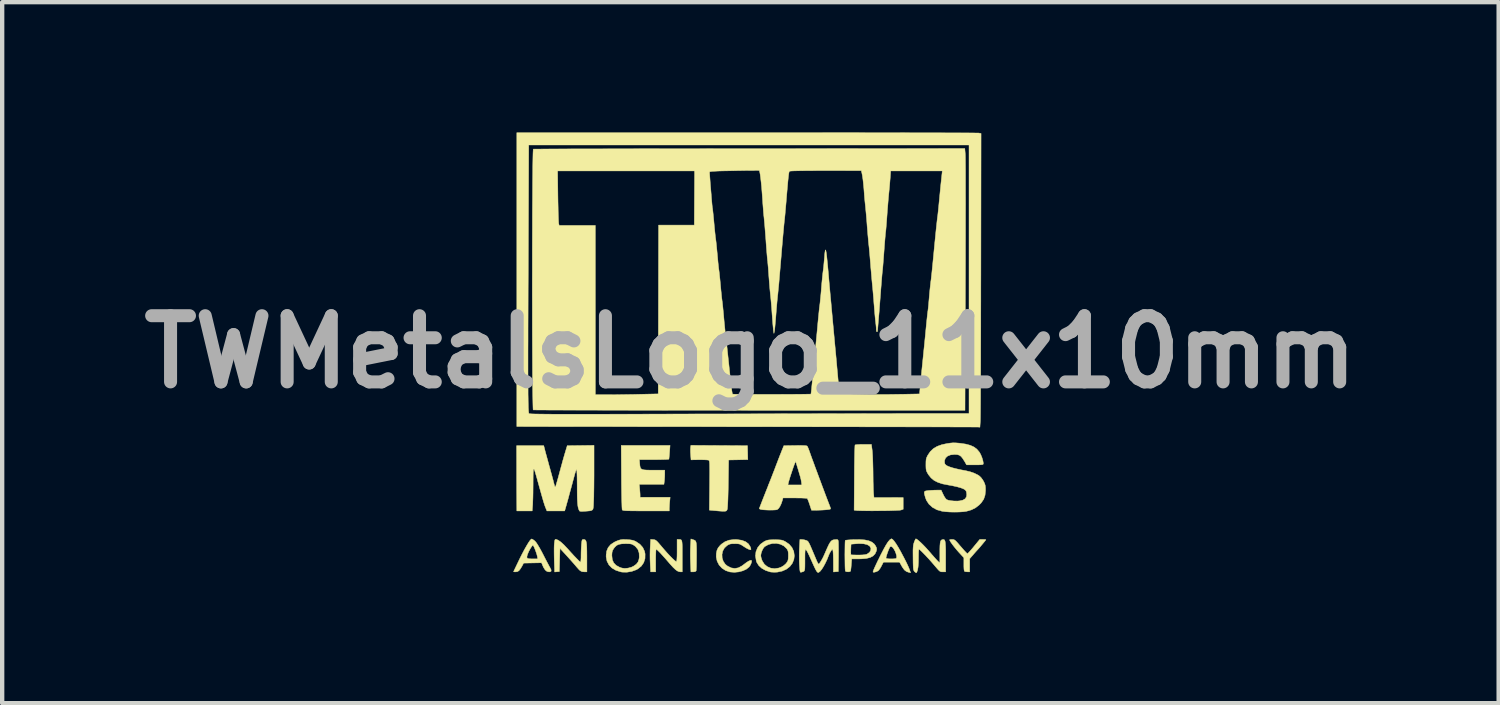
<source format=kicad_pcb>
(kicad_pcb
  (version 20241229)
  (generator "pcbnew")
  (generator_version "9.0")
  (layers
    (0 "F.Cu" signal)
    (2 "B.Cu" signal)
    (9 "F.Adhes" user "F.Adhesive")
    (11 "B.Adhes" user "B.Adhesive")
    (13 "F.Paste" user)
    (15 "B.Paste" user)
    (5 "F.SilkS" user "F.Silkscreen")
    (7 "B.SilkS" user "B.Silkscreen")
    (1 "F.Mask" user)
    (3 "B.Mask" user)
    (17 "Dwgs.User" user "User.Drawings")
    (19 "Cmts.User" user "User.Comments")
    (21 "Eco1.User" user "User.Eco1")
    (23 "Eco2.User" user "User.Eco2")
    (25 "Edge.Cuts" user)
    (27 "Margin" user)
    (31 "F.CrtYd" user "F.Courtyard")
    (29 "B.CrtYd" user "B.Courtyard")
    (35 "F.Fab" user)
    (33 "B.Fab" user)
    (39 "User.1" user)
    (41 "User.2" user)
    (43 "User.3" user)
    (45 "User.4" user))
  (footprint "TWMetalsLogo_11x10mm"
    (layer "F.Cu")
    (at 14.231 5.055)
    (property "Reference" "TWMetalsLogo_11x10mm" (at 0 0 0) (layer "F.Fab") (effects (font (size 1.524 1.524) (thickness 0.3))))
    (attr through_hole)
    (fp_poly (pts (xy -1.324 4.322) (xy -1.297 4.331) (xy -1.277 4.341) (xy -1.262 4.355) (xy -1.252 4.379) (xy -1.245 4.414) (xy -1.242 4.466) (xy -1.24 4.538) (xy -1.24 4.634) (xy -1.24 4.692) (xy -1.241 4.789) (xy -1.242 4.876) (xy -1.243 4.95) (xy -1.246 5.005) (xy -1.248 5.037) (xy -1.249 5.041) (xy -1.272 5.06) (xy -1.314 5.065) (xy -1.37 5.065) (xy -1.379 4.853) (xy -1.382 4.757) (xy -1.383 4.653) (xy -1.382 4.554) (xy -1.379 4.474) (xy -1.37 4.306) (xy -1.324 4.322)) (stroke (width 0.01) (type solid)) (fill yes) (layer "F.SilkS"))
    (fp_poly (pts (xy -0.719 2.155) (xy -0.067 2.159) (xy -0.063 2.319) (xy -0.059 2.479) (xy -0.28 2.484) (xy -0.501 2.488) (xy -0.509 3.033) (xy -0.511 3.161) (xy -0.514 3.281) (xy -0.517 3.389) (xy -0.521 3.48) (xy -0.525 3.552) (xy -0.529 3.602) (xy -0.532 3.623) (xy -0.543 3.648) (xy -0.56 3.663) (xy -0.589 3.669) (xy -0.636 3.669) (xy -0.687 3.666) (xy -0.74 3.662) (xy -0.806 3.656) (xy -0.85 3.652) (xy -0.945 3.643) (xy -0.939 3.076) (xy -0.938 2.929) (xy -0.937 2.809) (xy -0.937 2.713) (xy -0.938 2.639) (xy -0.939 2.583) (xy -0.942 2.544) (xy -0.945 2.518) (xy -0.95 2.503) (xy -0.955 2.495) (xy -0.956 2.494) (xy -0.979 2.489) (xy -1.026 2.485) (xy -1.09 2.483) (xy -1.165 2.482) (xy -1.173 2.482) (xy -1.367 2.485) (xy -1.376 2.367) (xy -1.38 2.303) (xy -1.38 2.245) (xy -1.378 2.203) (xy -1.378 2.2) (xy -1.371 2.151) (xy -0.719 2.155)) (stroke (width 0.01) (type solid)) (fill yes) (layer "F.SilkS"))
    (fp_poly (pts (xy 2.804 2.256) (xy 2.809 2.307) (xy 2.814 2.382) (xy 2.818 2.475) (xy 2.821 2.58) (xy 2.824 2.692) (xy 2.825 2.772) (xy 2.826 2.882) (xy 2.827 2.989) (xy 2.83 3.085) (xy 2.832 3.166) (xy 2.835 3.227) (xy 2.837 3.256) (xy 2.846 3.353) (xy 3.182 3.353) (xy 3.519 3.354) (xy 3.519 3.623) (xy 3.466 3.641) (xy 3.44 3.645) (xy 3.389 3.648) (xy 3.317 3.651) (xy 3.228 3.654) (xy 3.128 3.656) (xy 3.02 3.657) (xy 2.909 3.658) (xy 2.799 3.659) (xy 2.695 3.658) (xy 2.602 3.657) (xy 2.523 3.655) (xy 2.464 3.653) (xy 2.431 3.65) (xy 2.389 3.644) (xy 2.394 2.899) (xy 2.395 2.752) (xy 2.396 2.615) (xy 2.398 2.489) (xy 2.4 2.379) (xy 2.402 2.286) (xy 2.405 2.214) (xy 2.407 2.165) (xy 2.41 2.143) (xy 2.41 2.142) (xy 2.429 2.137) (xy 2.472 2.133) (xy 2.532 2.13) (xy 2.603 2.129) (xy 2.605 2.129) (xy 2.787 2.129) (xy 2.804 2.256)) (stroke (width 0.01) (type solid)) (fill yes) (layer "F.SilkS"))
    (fp_poly (pts (xy 4.67 4.319) (xy 4.691 4.325) (xy 4.713 4.338) (xy 4.74 4.363) (xy 4.777 4.403) (xy 4.827 4.462) (xy 4.844 4.481) (xy 4.895 4.54) (xy 4.939 4.589) (xy 4.974 4.625) (xy 4.994 4.643) (xy 4.998 4.645) (xy 5.012 4.634) (xy 5.042 4.604) (xy 5.082 4.559) (xy 5.13 4.503) (xy 5.147 4.482) (xy 5.282 4.318) (xy 5.353 4.318) (xy 5.394 4.319) (xy 5.42 4.323) (xy 5.424 4.325) (xy 5.415 4.338) (xy 5.391 4.368) (xy 5.358 4.408) (xy 5.321 4.452) (xy 5.285 4.496) (xy 5.253 4.532) (xy 5.233 4.554) (xy 5.23 4.557) (xy 5.217 4.571) (xy 5.189 4.602) (xy 5.152 4.644) (xy 5.136 4.663) (xy 5.05 4.762) (xy 5.05 5.065) (xy 5.002 5.064) (xy 4.962 5.061) (xy 4.934 5.055) (xy 4.934 5.055) (xy 4.925 5.04) (xy 4.919 5.003) (xy 4.916 4.94) (xy 4.916 4.893) (xy 4.916 4.739) (xy 4.801 4.614) (xy 4.75 4.556) (xy 4.7 4.495) (xy 4.655 4.437) (xy 4.618 4.385) (xy 4.594 4.346) (xy 4.587 4.326) (xy 4.6 4.321) (xy 4.633 4.318) (xy 4.646 4.318) (xy 4.67 4.319)) (stroke (width 0.01) (type solid)) (fill yes) (layer "F.SilkS"))
    (fp_poly (pts (xy -2.236 4.321) (xy -2.21 4.324) (xy -2.187 4.333) (xy -2.163 4.35) (xy -2.133 4.379) (xy -2.093 4.425) (xy -2.051 4.475) (xy -1.979 4.559) (xy -1.91 4.637) (xy -1.846 4.705) (xy -1.79 4.761) (xy -1.746 4.801) (xy -1.717 4.823) (xy -1.708 4.826) (xy -1.701 4.82) (xy -1.695 4.8) (xy -1.692 4.763) (xy -1.689 4.704) (xy -1.688 4.621) (xy -1.688 4.572) (xy -1.688 4.318) (xy -1.652 4.318) (xy -1.627 4.318) (xy -1.607 4.321) (xy -1.593 4.329) (xy -1.582 4.347) (xy -1.575 4.377) (xy -1.571 4.423) (xy -1.569 4.489) (xy -1.569 4.578) (xy -1.569 4.693) (xy -1.569 5.065) (xy -1.61 5.065) (xy -1.647 5.059) (xy -1.687 5.041) (xy -1.731 5.007) (xy -1.785 4.955) (xy -1.851 4.882) (xy -1.875 4.854) (xy -1.95 4.767) (xy -2.018 4.691) (xy -2.076 4.627) (xy -2.123 4.58) (xy -2.155 4.551) (xy -2.17 4.542) (xy -2.173 4.556) (xy -2.177 4.596) (xy -2.179 4.655) (xy -2.181 4.73) (xy -2.181 4.804) (xy -2.181 5.065) (xy -2.297 5.065) (xy -2.307 4.872) (xy -2.311 4.775) (xy -2.312 4.667) (xy -2.31 4.562) (xy -2.307 4.497) (xy -2.297 4.316) (xy -2.236 4.321)) (stroke (width 0.01) (type solid)) (fill yes) (layer "F.SilkS"))
    (fp_poly (pts (xy -4.475 4.315) (xy -4.427 4.335) (xy -4.365 4.378) (xy -4.293 4.444) (xy -4.222 4.519) (xy -4.138 4.612) (xy -4.064 4.693) (xy -4.002 4.757) (xy -3.955 4.805) (xy -3.924 4.833) (xy -3.912 4.841) (xy -3.907 4.827) (xy -3.903 4.79) (xy -3.9 4.735) (xy -3.9 4.694) (xy -3.899 4.613) (xy -3.896 4.527) (xy -3.891 4.452) (xy -3.89 4.432) (xy -3.884 4.374) (xy -3.878 4.34) (xy -3.869 4.324) (xy -3.855 4.318) (xy -3.846 4.318) (xy -3.822 4.32) (xy -3.803 4.329) (xy -3.789 4.348) (xy -3.779 4.38) (xy -3.772 4.429) (xy -3.768 4.497) (xy -3.766 4.588) (xy -3.765 4.705) (xy -3.765 4.725) (xy -3.765 5.065) (xy -3.821 5.064) (xy -3.862 5.062) (xy -3.893 5.053) (xy -3.923 5.035) (xy -3.957 5.002) (xy -4.002 4.951) (xy -4.013 4.938) (xy -4.057 4.886) (xy -4.115 4.82) (xy -4.179 4.749) (xy -4.24 4.681) (xy -4.243 4.678) (xy -4.385 4.523) (xy -4.393 4.79) (xy -4.4 5.058) (xy -4.454 5.062) (xy -4.508 5.067) (xy -4.517 4.793) (xy -4.519 4.697) (xy -4.52 4.603) (xy -4.52 4.518) (xy -4.518 4.451) (xy -4.515 4.415) (xy -4.509 4.36) (xy -4.502 4.329) (xy -4.492 4.316) (xy -4.476 4.315) (xy -4.475 4.315)) (stroke (width 0.01) (type solid)) (fill yes) (layer "F.SilkS"))
    (fp_poly (pts (xy -1.861 2.305) (xy -1.866 2.37) (xy -1.871 2.423) (xy -1.875 2.459) (xy -1.878 2.469) (xy -1.894 2.472) (xy -1.936 2.475) (xy -1.999 2.477) (xy -2.079 2.479) (xy -2.171 2.48) (xy -2.22 2.48) (xy -2.556 2.48) (xy -2.549 2.572) (xy -2.544 2.622) (xy -2.536 2.66) (xy -2.521 2.687) (xy -2.495 2.704) (xy -2.454 2.715) (xy -2.394 2.72) (xy -2.311 2.722) (xy -2.228 2.722) (xy -1.972 2.722) (xy -1.972 2.816) (xy -1.974 2.88) (xy -1.978 2.945) (xy -1.982 2.979) (xy -1.991 3.048) (xy -2.559 3.048) (xy -2.55 3.149) (xy -2.545 3.209) (xy -2.541 3.265) (xy -2.54 3.298) (xy -2.54 3.347) (xy -1.848 3.347) (xy -1.858 3.448) (xy -1.863 3.51) (xy -1.866 3.568) (xy -1.868 3.605) (xy -1.868 3.661) (xy -2.404 3.661) (xy -2.545 3.661) (xy -2.659 3.66) (xy -2.75 3.659) (xy -2.819 3.658) (xy -2.87 3.656) (xy -2.906 3.653) (xy -2.929 3.649) (xy -2.943 3.645) (xy -2.95 3.638) (xy -2.953 3.634) (xy -2.955 3.615) (xy -2.958 3.568) (xy -2.96 3.497) (xy -2.963 3.406) (xy -2.965 3.297) (xy -2.967 3.173) (xy -2.969 3.037) (xy -2.97 2.892) (xy -2.97 2.88) (xy -2.975 2.152) (xy -1.85 2.152) (xy -1.861 2.305)) (stroke (width 0.01) (type solid)) (fill yes) (layer "F.SilkS"))
    (fp_poly (pts (xy -0.308 4.321) (xy -0.198 4.337) (xy -0.109 4.371) (xy -0.043 4.422) (xy -0.001 4.49) (xy 0.009 4.52) (xy 0.014 4.549) (xy 0.003 4.556) (xy -0.022 4.551) (xy -0.055 4.537) (xy -0.102 4.512) (xy -0.153 4.479) (xy -0.155 4.478) (xy -0.204 4.446) (xy -0.241 4.427) (xy -0.279 4.419) (xy -0.329 4.416) (xy -0.36 4.416) (xy -0.422 4.417) (xy -0.466 4.423) (xy -0.501 4.436) (xy -0.536 4.457) (xy -0.598 4.514) (xy -0.637 4.585) (xy -0.654 4.664) (xy -0.65 4.746) (xy -0.624 4.823) (xy -0.577 4.891) (xy -0.527 4.931) (xy -0.441 4.973) (xy -0.359 4.986) (xy -0.277 4.971) (xy -0.193 4.926) (xy -0.15 4.894) (xy -0.092 4.85) (xy -0.04 4.817) (xy -0.00017 4.8) (xy 0.023 4.8) (xy 0.024 4.801) (xy 0.029 4.824) (xy 0.02 4.862) (xy -0.000153 4.907) (xy -0.027 4.948) (xy -0.031 4.952) (xy -0.092 5.002) (xy -0.174 5.04) (xy -0.268 5.065) (xy -0.369 5.075) (xy -0.467 5.067) (xy -0.471 5.067) (xy -0.57 5.034) (xy -0.654 4.979) (xy -0.721 4.906) (xy -0.766 4.818) (xy -0.787 4.721) (xy -0.785 4.642) (xy -0.77 4.569) (xy -0.743 4.511) (xy -0.698 4.457) (xy -0.666 4.426) (xy -0.583 4.369) (xy -0.489 4.334) (xy -0.38 4.32) (xy -0.308 4.321)) (stroke (width 0.01) (type solid)) (fill yes) (layer "F.SilkS"))
    (fp_poly (pts (xy -2.872 4.32) (xy -2.846 4.321) (xy -2.771 4.327) (xy -2.714 4.336) (xy -2.667 4.352) (xy -2.637 4.366) (xy -2.545 4.428) (xy -2.478 4.503) (xy -2.437 4.592) (xy -2.425 4.652) (xy -2.427 4.758) (xy -2.457 4.852) (xy -2.512 4.932) (xy -2.593 4.997) (xy -2.633 5.018) (xy -2.733 5.054) (xy -2.841 5.072) (xy -2.944 5.071) (xy -2.981 5.066) (xy -3.097 5.029) (xy -3.189 4.975) (xy -3.258 4.904) (xy -3.303 4.817) (xy -3.322 4.716) (xy -3.322 4.692) (xy -3.19 4.692) (xy -3.18 4.784) (xy -3.148 4.857) (xy -3.092 4.915) (xy -3.011 4.959) (xy -2.958 4.977) (xy -2.893 4.985) (xy -2.817 4.978) (xy -2.742 4.958) (xy -2.691 4.934) (xy -2.627 4.888) (xy -2.588 4.838) (xy -2.566 4.775) (xy -2.559 4.726) (xy -2.563 4.629) (xy -2.591 4.547) (xy -2.645 4.481) (xy -2.676 4.457) (xy -2.709 4.437) (xy -2.74 4.424) (xy -2.778 4.418) (xy -2.83 4.416) (xy -2.875 4.415) (xy -2.964 4.419) (xy -3.03 4.431) (xy -3.08 4.455) (xy -3.121 4.493) (xy -3.149 4.53) (xy -3.173 4.571) (xy -3.185 4.612) (xy -3.19 4.664) (xy -3.19 4.692) (xy -3.322 4.692) (xy -3.311 4.59) (xy -3.276 4.506) (xy -3.217 4.436) (xy -3.131 4.379) (xy -3.077 4.354) (xy -3.026 4.335) (xy -2.982 4.324) (xy -2.935 4.319) (xy -2.872 4.32)) (stroke (width 0.01) (type solid)) (fill yes) (layer "F.SilkS"))
    (fp_poly (pts (xy 3.275 4.316) (xy 3.31 4.355) (xy 3.355 4.418) (xy 3.407 4.502) (xy 3.465 4.605) (xy 3.475 4.624) (xy 3.535 4.737) (xy 3.582 4.829) (xy 3.618 4.904) (xy 3.646 4.966) (xy 3.668 5.021) (xy 3.669 5.026) (xy 3.69 5.084) (xy 3.645 5.075) (xy 3.593 5.056) (xy 3.547 5.021) (xy 3.505 4.964) (xy 3.483 4.927) (xy 3.435 4.841) (xy 3.063 4.841) (xy 3.018 4.93) (xy 2.99 4.98) (xy 2.961 5.02) (xy 2.94 5.041) (xy 2.903 5.059) (xy 2.865 5.071) (xy 2.836 5.074) (xy 2.824 5.067) (xy 2.828 5.049) (xy 2.84 5.016) (xy 2.861 4.967) (xy 2.893 4.898) (xy 2.936 4.807) (xy 2.966 4.748) (xy 3.123 4.748) (xy 3.136 4.756) (xy 3.171 4.763) (xy 3.218 4.766) (xy 3.27 4.766) (xy 3.317 4.763) (xy 3.351 4.757) (xy 3.359 4.753) (xy 3.369 4.731) (xy 3.366 4.69) (xy 3.352 4.64) (xy 3.331 4.586) (xy 3.304 4.538) (xy 3.276 4.5) (xy 3.253 4.484) (xy 3.231 4.48) (xy 3.214 4.492) (xy 3.196 4.526) (xy 3.193 4.533) (xy 3.171 4.586) (xy 3.15 4.644) (xy 3.133 4.698) (xy 3.124 4.738) (xy 3.123 4.748) (xy 2.966 4.748) (xy 2.992 4.693) (xy 3 4.677) (xy 3.066 4.549) (xy 3.123 4.447) (xy 3.172 4.371) (xy 3.213 4.324) (xy 3.244 4.304) (xy 3.25 4.303) (xy 3.275 4.316)) (stroke (width 0.01) (type solid)) (fill yes) (layer "F.SilkS"))
    (fp_poly (pts (xy -5.02 4.313) (xy -4.987 4.335) (xy -4.965 4.353) (xy -4.935 4.386) (xy -4.9 4.438) (xy -4.857 4.51) (xy -4.804 4.606) (xy -4.774 4.664) (xy -4.731 4.748) (xy -4.691 4.825) (xy -4.656 4.891) (xy -4.63 4.94) (xy -4.614 4.968) (xy -4.614 4.968) (xy -4.59 5.017) (xy -4.589 5.048) (xy -4.612 5.063) (xy -4.637 5.065) (xy -4.684 5.055) (xy -4.725 5.022) (xy -4.762 4.965) (xy -4.78 4.926) (xy -4.81 4.855) (xy -5.222 4.863) (xy -5.259 4.933) (xy -5.298 4.997) (xy -5.331 5.038) (xy -5.365 5.059) (xy -5.404 5.065) (xy -5.437 5.064) (xy -5.453 5.06) (xy -5.454 5.06) (xy -5.447 5.045) (xy -5.43 5.008) (xy -5.403 4.952) (xy -5.369 4.881) (xy -5.33 4.8) (xy -5.32 4.779) (xy -5.3 4.738) (xy -5.146 4.738) (xy -5.13 4.755) (xy -5.093 4.763) (xy -5.032 4.766) (xy -5.007 4.766) (xy -4.897 4.766) (xy -4.907 4.71) (xy -4.917 4.667) (xy -4.934 4.615) (xy -4.954 4.559) (xy -4.974 4.509) (xy -4.993 4.471) (xy -5.006 4.453) (xy -5.008 4.452) (xy -5.025 4.465) (xy -5.049 4.498) (xy -5.077 4.544) (xy -5.105 4.596) (xy -5.127 4.648) (xy -5.134 4.666) (xy -5.146 4.71) (xy -5.146 4.738) (xy -5.3 4.738) (xy -5.26 4.659) (xy -5.204 4.552) (xy -5.152 4.461) (xy -5.108 4.388) (xy -5.072 4.337) (xy -5.046 4.31) (xy -5.04 4.307) (xy -5.02 4.313)) (stroke (width 0.01) (type solid)) (fill yes) (layer "F.SilkS"))
    (fp_poly (pts (xy 2.636 4.329) (xy 2.728 4.349) (xy 2.799 4.38) (xy 2.852 4.423) (xy 2.882 4.465) (xy 2.903 4.508) (xy 2.909 4.541) (xy 2.903 4.577) (xy 2.901 4.585) (xy 2.871 4.65) (xy 2.824 4.699) (xy 2.757 4.734) (xy 2.668 4.756) (xy 2.554 4.765) (xy 2.502 4.766) (xy 2.334 4.766) (xy 2.324 4.897) (xy 2.319 4.958) (xy 2.313 5.009) (xy 2.309 5.041) (xy 2.308 5.046) (xy 2.29 5.059) (xy 2.256 5.064) (xy 2.219 5.062) (xy 2.192 5.052) (xy 2.187 5.047) (xy 2.184 5.027) (xy 2.181 4.984) (xy 2.179 4.921) (xy 2.178 4.844) (xy 2.177 4.758) (xy 2.176 4.668) (xy 2.177 4.602) (xy 2.312 4.602) (xy 2.312 4.645) (xy 2.314 4.669) (xy 2.315 4.67) (xy 2.331 4.673) (xy 2.371 4.675) (xy 2.428 4.676) (xy 2.483 4.677) (xy 2.573 4.675) (xy 2.637 4.669) (xy 2.679 4.659) (xy 2.689 4.654) (xy 2.743 4.616) (xy 2.771 4.57) (xy 2.775 4.522) (xy 2.751 4.477) (xy 2.743 4.468) (xy 2.688 4.436) (xy 2.609 4.418) (xy 2.506 4.413) (xy 2.44 4.417) (xy 2.318 4.427) (xy 2.313 4.545) (xy 2.312 4.602) (xy 2.177 4.602) (xy 2.177 4.58) (xy 2.178 4.498) (xy 2.179 4.428) (xy 2.181 4.375) (xy 2.184 4.344) (xy 2.186 4.339) (xy 2.203 4.335) (xy 2.244 4.33) (xy 2.303 4.326) (xy 2.374 4.322) (xy 2.378 4.322) (xy 2.52 4.321) (xy 2.636 4.329)) (stroke (width 0.01) (type solid)) (fill yes) (layer "F.SilkS"))
    (fp_poly (pts (xy 0.635 4.326) (xy 0.688 4.329) (xy 0.728 4.335) (xy 0.762 4.347) (xy 0.798 4.364) (xy 0.801 4.366) (xy 0.892 4.428) (xy 0.958 4.505) (xy 0.999 4.594) (xy 1.012 4.693) (xy 1.002 4.776) (xy 0.967 4.865) (xy 0.908 4.942) (xy 0.828 5.004) (xy 0.731 5.047) (xy 0.622 5.07) (xy 0.61 5.071) (xy 0.548 5.073) (xy 0.488 5.07) (xy 0.456 5.066) (xy 0.352 5.032) (xy 0.262 4.982) (xy 0.192 4.918) (xy 0.146 4.844) (xy 0.135 4.813) (xy 0.118 4.703) (xy 0.119 4.687) (xy 0.239 4.687) (xy 0.245 4.728) (xy 0.261 4.781) (xy 0.275 4.816) (xy 0.323 4.89) (xy 0.39 4.945) (xy 0.47 4.979) (xy 0.56 4.99) (xy 0.653 4.976) (xy 0.71 4.955) (xy 0.77 4.919) (xy 0.821 4.873) (xy 0.829 4.862) (xy 0.853 4.828) (xy 0.866 4.797) (xy 0.872 4.758) (xy 0.874 4.702) (xy 0.874 4.692) (xy 0.873 4.631) (xy 0.867 4.589) (xy 0.855 4.558) (xy 0.834 4.526) (xy 0.833 4.526) (xy 0.77 4.467) (xy 0.691 4.428) (xy 0.601 4.409) (xy 0.508 4.411) (xy 0.417 4.434) (xy 0.335 4.479) (xy 0.325 4.487) (xy 0.297 4.521) (xy 0.27 4.573) (xy 0.249 4.63) (xy 0.24 4.681) (xy 0.239 4.687) (xy 0.119 4.687) (xy 0.128 4.601) (xy 0.166 4.509) (xy 0.228 4.431) (xy 0.315 4.368) (xy 0.319 4.366) (xy 0.356 4.348) (xy 0.39 4.336) (xy 0.429 4.329) (xy 0.48 4.326) (xy 0.553 4.325) (xy 0.56 4.325) (xy 0.635 4.326)) (stroke (width 0.01) (type solid)) (fill yes) (layer "F.SilkS"))
    (fp_poly (pts (xy 3.834 4.314) (xy 3.872 4.344) (xy 3.923 4.389) (xy 3.981 4.446) (xy 4.043 4.511) (xy 4.106 4.581) (xy 4.127 4.605) (xy 4.182 4.669) (xy 4.234 4.728) (xy 4.278 4.777) (xy 4.31 4.811) (xy 4.317 4.818) (xy 4.363 4.861) (xy 4.363 4.644) (xy 4.363 4.539) (xy 4.365 4.461) (xy 4.37 4.405) (xy 4.377 4.366) (xy 4.388 4.343) (xy 4.403 4.329) (xy 4.419 4.323) (xy 4.442 4.319) (xy 4.46 4.322) (xy 4.474 4.336) (xy 4.484 4.363) (xy 4.49 4.406) (xy 4.494 4.468) (xy 4.497 4.553) (xy 4.497 4.664) (xy 4.497 4.717) (xy 4.497 5.065) (xy 4.431 5.065) (xy 4.404 5.064) (xy 4.382 5.06) (xy 4.36 5.048) (xy 4.334 5.025) (xy 4.3 4.987) (xy 4.252 4.931) (xy 4.236 4.912) (xy 4.176 4.842) (xy 4.114 4.772) (xy 4.052 4.706) (xy 3.995 4.646) (xy 3.946 4.596) (xy 3.908 4.561) (xy 3.886 4.543) (xy 3.882 4.542) (xy 3.878 4.556) (xy 3.874 4.595) (xy 3.872 4.652) (xy 3.871 4.723) (xy 3.871 4.741) (xy 3.869 4.857) (xy 3.862 4.954) (xy 3.849 5.027) (xy 3.831 5.075) (xy 3.825 5.084) (xy 3.81 5.082) (xy 3.785 5.063) (xy 3.782 5.06) (xy 3.77 5.046) (xy 3.762 5.03) (xy 3.755 5.007) (xy 3.751 4.973) (xy 3.749 4.924) (xy 3.747 4.855) (xy 3.746 4.761) (xy 3.746 4.742) (xy 3.745 4.64) (xy 3.745 4.562) (xy 3.748 4.504) (xy 3.752 4.46) (xy 3.758 4.425) (xy 3.768 4.394) (xy 3.772 4.381) (xy 3.789 4.339) (xy 3.804 4.31) (xy 3.811 4.303) (xy 3.834 4.314)) (stroke (width 0.01) (type solid)) (fill yes) (layer "F.SilkS"))
    (fp_poly (pts (xy 1.186 4.319) (xy 1.234 4.325) (xy 1.283 4.339) (xy 1.284 4.339) (xy 1.301 4.346) (xy 1.316 4.355) (xy 1.33 4.369) (xy 1.345 4.393) (xy 1.364 4.429) (xy 1.388 4.482) (xy 1.419 4.554) (xy 1.459 4.649) (xy 1.474 4.684) (xy 1.509 4.767) (xy 1.534 4.825) (xy 1.553 4.862) (xy 1.565 4.881) (xy 1.572 4.886) (xy 1.588 4.873) (xy 1.612 4.84) (xy 1.641 4.792) (xy 1.671 4.737) (xy 1.698 4.679) (xy 1.699 4.677) (xy 1.745 4.571) (xy 1.782 4.489) (xy 1.811 4.428) (xy 1.837 4.385) (xy 1.86 4.356) (xy 1.883 4.338) (xy 1.908 4.328) (xy 1.938 4.323) (xy 1.947 4.322) (xy 1.989 4.319) (xy 2.011 4.324) (xy 2.021 4.34) (xy 2.024 4.35) (xy 2.027 4.375) (xy 2.028 4.425) (xy 2.029 4.495) (xy 2.03 4.58) (xy 2.029 4.676) (xy 2.029 4.721) (xy 2.025 5.058) (xy 1.968 5.062) (xy 1.912 5.067) (xy 1.911 4.838) (xy 1.91 4.756) (xy 1.908 4.681) (xy 1.905 4.621) (xy 1.901 4.582) (xy 1.899 4.573) (xy 1.889 4.536) (xy 1.856 4.583) (xy 1.827 4.63) (xy 1.803 4.683) (xy 1.802 4.687) (xy 1.766 4.779) (xy 1.725 4.865) (xy 1.683 4.943) (xy 1.642 5.007) (xy 1.604 5.053) (xy 1.573 5.077) (xy 1.562 5.08) (xy 1.545 5.074) (xy 1.527 5.053) (xy 1.504 5.014) (xy 1.474 4.953) (xy 1.45 4.901) (xy 1.396 4.78) (xy 1.353 4.685) (xy 1.32 4.617) (xy 1.295 4.573) (xy 1.278 4.553) (xy 1.267 4.557) (xy 1.26 4.583) (xy 1.257 4.631) (xy 1.256 4.7) (xy 1.256 4.784) (xy 1.256 4.879) (xy 1.255 4.948) (xy 1.253 4.996) (xy 1.247 5.028) (xy 1.237 5.047) (xy 1.221 5.058) (xy 1.198 5.065) (xy 1.165 5.074) (xy 1.164 5.074) (xy 1.153 5.073) (xy 1.146 5.061) (xy 1.14 5.033) (xy 1.135 4.985) (xy 1.13 4.912) (xy 1.129 4.902) (xy 1.126 4.812) (xy 1.125 4.707) (xy 1.126 4.601) (xy 1.129 4.52) (xy 1.14 4.318) (xy 1.186 4.319)) (stroke (width 0.01) (type solid)) (fill yes) (layer "F.SilkS"))
    (fp_poly (pts (xy 1.21 2.155) (xy 1.261 2.157) (xy 1.294 2.162) (xy 1.309 2.169) (xy 1.31 2.17) (xy 1.321 2.192) (xy 1.339 2.234) (xy 1.36 2.291) (xy 1.374 2.331) (xy 1.392 2.382) (xy 1.419 2.457) (xy 1.454 2.55) (xy 1.493 2.658) (xy 1.537 2.775) (xy 1.582 2.897) (xy 1.628 3.02) (xy 1.672 3.138) (xy 1.713 3.247) (xy 1.749 3.343) (xy 1.779 3.421) (xy 1.796 3.466) (xy 1.818 3.522) (xy 1.836 3.569) (xy 1.846 3.599) (xy 1.848 3.602) (xy 1.847 3.614) (xy 1.832 3.623) (xy 1.799 3.629) (xy 1.742 3.635) (xy 1.731 3.636) (xy 1.656 3.641) (xy 1.576 3.644) (xy 1.51 3.646) (xy 1.507 3.646) (xy 1.408 3.646) (xy 1.365 3.515) (xy 1.345 3.456) (xy 1.326 3.408) (xy 1.312 3.379) (xy 1.307 3.373) (xy 1.288 3.37) (xy 1.244 3.367) (xy 1.181 3.364) (xy 1.102 3.363) (xy 1.022 3.362) (xy 0.751 3.362) (xy 0.734 3.425) (xy 0.709 3.498) (xy 0.679 3.561) (xy 0.646 3.608) (xy 0.614 3.632) (xy 0.612 3.633) (xy 0.575 3.638) (xy 0.518 3.641) (xy 0.448 3.642) (xy 0.375 3.64) (xy 0.308 3.636) (xy 0.269 3.632) (xy 0.23 3.624) (xy 0.207 3.613) (xy 0.204 3.608) (xy 0.21 3.591) (xy 0.226 3.55) (xy 0.25 3.488) (xy 0.28 3.41) (xy 0.316 3.319) (xy 0.355 3.22) (xy 0.355 3.22) (xy 0.398 3.113) (xy 0.417 3.063) (xy 0.864 3.063) (xy 1.184 3.063) (xy 1.175 2.996) (xy 1.165 2.937) (xy 1.149 2.874) (xy 1.144 2.857) (xy 1.13 2.81) (xy 1.111 2.745) (xy 1.09 2.675) (xy 1.083 2.653) (xy 1.043 2.519) (xy 1.021 2.57) (xy 1.005 2.611) (xy 0.983 2.672) (xy 0.959 2.744) (xy 0.933 2.821) (xy 0.909 2.895) (xy 0.89 2.959) (xy 0.877 3.004) (xy 0.875 3.014) (xy 0.864 3.063) (xy 0.417 3.063) (xy 0.439 3.007) (xy 0.478 2.909) (xy 0.511 2.824) (xy 0.537 2.756) (xy 0.552 2.719) (xy 0.589 2.62) (xy 0.62 2.54) (xy 0.646 2.471) (xy 0.672 2.404) (xy 0.701 2.332) (xy 0.713 2.301) (xy 0.77 2.159) (xy 1.033 2.155) (xy 1.134 2.154) (xy 1.21 2.155)) (stroke (width 0.01) (type solid)) (fill yes) (layer "F.SilkS"))
    (fp_poly (pts (xy -3.601 2.717) (xy -3.601 2.853) (xy -3.602 2.987) (xy -3.603 3.116) (xy -3.605 3.233) (xy -3.606 3.333) (xy -3.609 3.413) (xy -3.611 3.463) (xy -3.614 3.541) (xy -3.619 3.594) (xy -3.629 3.628) (xy -3.651 3.647) (xy -3.687 3.658) (xy -3.744 3.664) (xy -3.812 3.669) (xy -3.881 3.673) (xy -3.923 3.669) (xy -3.936 3.663) (xy -3.951 3.632) (xy -3.964 3.595) (xy -3.973 3.548) (xy -3.98 3.486) (xy -3.985 3.407) (xy -3.988 3.308) (xy -3.989 3.183) (xy -3.989 3.104) (xy -3.99 2.996) (xy -3.991 2.899) (xy -3.993 2.818) (xy -3.996 2.756) (xy -3.999 2.717) (xy -4.003 2.704) (xy -4.012 2.718) (xy -4.026 2.754) (xy -4.042 2.805) (xy -4.048 2.828) (xy -4.068 2.903) (xy -4.09 2.983) (xy -4.108 3.052) (xy -4.109 3.055) (xy -4.125 3.114) (xy -4.146 3.191) (xy -4.169 3.274) (xy -4.184 3.332) (xy -4.205 3.409) (xy -4.226 3.483) (xy -4.244 3.547) (xy -4.254 3.582) (xy -4.277 3.661) (xy -4.686 3.661) (xy -4.718 3.582) (xy -4.728 3.557) (xy -4.738 3.528) (xy -4.75 3.491) (xy -4.765 3.445) (xy -4.782 3.385) (xy -4.804 3.309) (xy -4.831 3.213) (xy -4.864 3.095) (xy -4.904 2.951) (xy -4.906 2.942) (xy -4.934 2.843) (xy -4.956 2.769) (xy -4.972 2.72) (xy -4.984 2.696) (xy -4.993 2.699) (xy -4.998 2.729) (xy -5.002 2.787) (xy -5.003 2.873) (xy -5.004 2.988) (xy -5.004 3.033) (xy -5.005 3.145) (xy -5.006 3.254) (xy -5.008 3.355) (xy -5.011 3.441) (xy -5.013 3.508) (xy -5.015 3.537) (xy -5.025 3.661) (xy -5.379 3.661) (xy -5.381 3.321) (xy -5.382 3.205) (xy -5.382 3.07) (xy -5.383 2.923) (xy -5.383 2.775) (xy -5.383 2.635) (xy -5.383 2.57) (xy -5.384 2.159) (xy -4.759 2.159) (xy -4.741 2.226) (xy -4.73 2.271) (xy -4.712 2.338) (xy -4.689 2.421) (xy -4.664 2.512) (xy -4.639 2.605) (xy -4.614 2.694) (xy -4.593 2.771) (xy -4.584 2.801) (xy -4.565 2.873) (xy -4.544 2.95) (xy -4.531 3.003) (xy -4.516 3.06) (xy -4.506 3.093) (xy -4.499 3.107) (xy -4.493 3.108) (xy -4.49 3.105) (xy -4.483 3.09) (xy -4.471 3.05) (xy -4.452 2.985) (xy -4.426 2.894) (xy -4.394 2.776) (xy -4.355 2.63) (xy -4.348 2.607) (xy -4.325 2.521) (xy -4.299 2.429) (xy -4.274 2.344) (xy -4.259 2.293) (xy -4.218 2.159) (xy -3.909 2.155) (xy -3.601 2.151) (xy -3.601 2.717)) (stroke (width 0.01) (type solid)) (fill yes) (layer "F.SilkS"))
    (fp_poly (pts (xy 4.727 2.094) (xy 4.801 2.1) (xy 4.83 2.103) (xy 4.959 2.122) (xy 5.063 2.15) (xy 5.147 2.188) (xy 5.215 2.238) (xy 5.27 2.303) (xy 5.274 2.308) (xy 5.305 2.364) (xy 5.333 2.432) (xy 5.354 2.501) (xy 5.364 2.558) (xy 5.364 2.565) (xy 5.363 2.579) (xy 5.357 2.589) (xy 5.341 2.595) (xy 5.311 2.598) (xy 5.262 2.6) (xy 5.188 2.6) (xy 5.171 2.6) (xy 4.978 2.6) (xy 4.933 2.521) (xy 4.889 2.452) (xy 4.851 2.405) (xy 4.812 2.378) (xy 4.765 2.364) (xy 4.705 2.361) (xy 4.702 2.361) (xy 4.611 2.37) (xy 4.542 2.397) (xy 4.495 2.44) (xy 4.472 2.498) (xy 4.471 2.54) (xy 4.478 2.576) (xy 4.5 2.603) (xy 4.533 2.624) (xy 4.583 2.645) (xy 4.657 2.669) (xy 4.752 2.693) (xy 4.862 2.717) (xy 4.96 2.735) (xy 5.06 2.759) (xy 5.157 2.793) (xy 5.24 2.834) (xy 5.278 2.86) (xy 5.313 2.895) (xy 5.349 2.944) (xy 5.373 2.984) (xy 5.396 3.034) (xy 5.409 3.078) (xy 5.414 3.127) (xy 5.415 3.19) (xy 5.404 3.299) (xy 5.373 3.391) (xy 5.317 3.473) (xy 5.27 3.522) (xy 5.183 3.59) (xy 5.088 3.637) (xy 4.978 3.669) (xy 4.903 3.68) (xy 4.808 3.686) (xy 4.702 3.688) (xy 4.594 3.686) (xy 4.494 3.679) (xy 4.413 3.668) (xy 4.296 3.635) (xy 4.195 3.58) (xy 4.113 3.506) (xy 4.054 3.417) (xy 4.029 3.35) (xy 4.011 3.284) (xy 4.004 3.241) (xy 4.011 3.215) (xy 4.033 3.202) (xy 4.074 3.195) (xy 4.096 3.192) (xy 4.163 3.187) (xy 4.24 3.183) (xy 4.29 3.182) (xy 4.393 3.182) (xy 4.439 3.28) (xy 4.466 3.332) (xy 4.494 3.374) (xy 4.517 3.398) (xy 4.517 3.399) (xy 4.558 3.415) (xy 4.619 3.426) (xy 4.692 3.433) (xy 4.767 3.434) (xy 4.818 3.43) (xy 4.895 3.412) (xy 4.947 3.381) (xy 4.976 3.335) (xy 4.983 3.282) (xy 4.974 3.218) (xy 4.954 3.184) (xy 4.915 3.157) (xy 4.849 3.13) (xy 4.757 3.104) (xy 4.643 3.079) (xy 4.556 3.064) (xy 4.424 3.038) (xy 4.318 3.003) (xy 4.231 2.959) (xy 4.161 2.901) (xy 4.102 2.828) (xy 4.083 2.797) (xy 4.063 2.76) (xy 4.05 2.725) (xy 4.044 2.683) (xy 4.042 2.626) (xy 4.042 2.592) (xy 4.043 2.524) (xy 4.047 2.476) (xy 4.057 2.437) (xy 4.075 2.399) (xy 4.084 2.381) (xy 4.142 2.295) (xy 4.213 2.227) (xy 4.3 2.175) (xy 4.407 2.136) (xy 4.522 2.111) (xy 4.601 2.099) (xy 4.665 2.093) (xy 4.727 2.094)) (stroke (width 0.01) (type solid)) (fill yes) (layer "F.SilkS"))
    (fp_poly (pts (xy -0.086 -5.05) (xy 0.311 -5.05) (xy 0.7 -5.05) (xy 1.08 -5.05) (xy 1.451 -5.05) (xy 1.811 -5.049) (xy 2.16 -5.049) (xy 2.495 -5.049) (xy 2.817 -5.048) (xy 3.124 -5.048) (xy 3.415 -5.048) (xy 3.688 -5.047) (xy 3.944 -5.047) (xy 4.18 -5.046) (xy 4.395 -5.046) (xy 4.59 -5.045) (xy 4.762 -5.045) (xy 4.91 -5.044) (xy 5.033 -5.044) (xy 5.131 -5.043) (xy 5.202 -5.042) (xy 5.245 -5.042) (xy 5.259 -5.041) (xy 5.312 -5.032) (xy 5.308 -1.788) (xy 5.307 -1.477) (xy 5.307 -1.172) (xy 5.306 -0.876) (xy 5.306 -0.59) (xy 5.305 -0.315) (xy 5.304 -0.052) (xy 5.304 0.196) (xy 5.303 0.43) (xy 5.302 0.646) (xy 5.301 0.844) (xy 5.301 1.022) (xy 5.3 1.179) (xy 5.299 1.313) (xy 5.298 1.423) (xy 5.297 1.507) (xy 5.296 1.565) (xy 5.295 1.594) (xy 5.295 1.595) (xy 5.286 1.733) (xy 5.239 1.729) (xy 5.221 1.729) (xy 5.174 1.729) (xy 5.099 1.729) (xy 4.997 1.728) (xy 4.87 1.728) (xy 4.719 1.728) (xy 4.544 1.727) (xy 4.346 1.727) (xy 4.128 1.726) (xy 3.889 1.726) (xy 3.631 1.726) (xy 3.355 1.725) (xy 3.062 1.725) (xy 2.753 1.725) (xy 2.429 1.724) (xy 2.092 1.724) (xy 1.742 1.724) (xy 1.38 1.723) (xy 1.008 1.723) (xy 0.626 1.723) (xy 0.236 1.722) (xy -0.093 1.722) (xy -5.379 1.718) (xy -5.379 0.204) (xy -5.122 0.204) (xy -5.122 0.395) (xy -5.122 0.566) (xy -5.121 0.717) (xy -5.12 0.85) (xy -5.12 0.965) (xy -5.118 1.065) (xy -5.117 1.149) (xy -5.115 1.22) (xy -5.114 1.278) (xy -5.111 1.325) (xy -5.109 1.361) (xy -5.106 1.388) (xy -5.103 1.407) (xy -5.101 1.418) (xy -5.097 1.42) (xy -5.086 1.423) (xy -5.068 1.424) (xy -5.041 1.426) (xy -5.003 1.428) (xy -4.955 1.429) (xy -4.895 1.43) (xy -4.821 1.431) (xy -4.734 1.432) (xy -4.631 1.433) (xy -4.512 1.434) (xy -4.375 1.434) (xy -4.22 1.434) (xy -4.046 1.434) (xy -3.851 1.434) (xy -3.634 1.434) (xy -3.395 1.434) (xy -3.132 1.433) (xy -2.845 1.433) (xy -2.531 1.432) (xy -2.191 1.431) (xy -1.823 1.43) (xy -1.484 1.429) (xy -1.135 1.428) (xy -0.783 1.428) (xy -0.429 1.427) (xy -0.076 1.426) (xy 0.275 1.425) (xy 0.622 1.424) (xy 0.962 1.423) (xy 1.294 1.423) (xy 1.615 1.422) (xy 1.923 1.422) (xy 2.216 1.421) (xy 2.493 1.421) (xy 2.75 1.42) (xy 2.986 1.42) (xy 3.199 1.42) (xy 3.387 1.419) (xy 3.548 1.419) (xy 3.581 1.419) (xy 5.035 1.419) (xy 5.035 -4.766) (xy -5.105 -4.766) (xy -5.116 -1.81) (xy -5.118 -1.442) (xy -5.119 -1.102) (xy -5.12 -0.79) (xy -5.121 -0.505) (xy -5.121 -0.245) (xy -5.122 -0.009) (xy -5.122 0.204) (xy -5.379 0.204) (xy -5.379 -5.05) (xy -0.086 -5.05)) (stroke (width 0.01) (type solid)) (fill yes) (layer "F.SilkS"))
    (fp_poly (pts (xy 4.949 -4.557) (xy 4.95 -4.529) (xy 4.951 -4.473) (xy 4.952 -4.39) (xy 4.953 -4.282) (xy 4.954 -4.15) (xy 4.954 -3.996) (xy 4.954 -3.821) (xy 4.954 -3.627) (xy 4.955 -3.415) (xy 4.954 -3.187) (xy 4.954 -2.944) (xy 4.954 -2.688) (xy 4.953 -2.421) (xy 4.953 -2.143) (xy 4.952 -1.857) (xy 4.951 -1.564) (xy 4.951 -1.543) (xy 4.942 1.345) (xy -0.021 1.344) (xy -0.404 1.343) (xy -0.78 1.343) (xy -1.147 1.343) (xy -1.504 1.343) (xy -1.85 1.343) (xy -2.184 1.342) (xy -2.505 1.342) (xy -2.812 1.342) (xy -3.103 1.341) (xy -3.378 1.341) (xy -3.636 1.34) (xy -3.875 1.34) (xy -4.093 1.339) (xy -4.292 1.339) (xy -4.468 1.338) (xy -4.621 1.338) (xy -4.749 1.337) (xy -4.853 1.337) (xy -4.93 1.336) (xy -4.98 1.335) (xy -5.001 1.335) (xy -5.002 1.335) (xy -5.004 1.319) (xy -5.006 1.275) (xy -5.008 1.205) (xy -5.01 1.11) (xy -5.012 0.992) (xy -5.014 0.853) (xy -5.016 0.694) (xy -5.017 0.518) (xy -5.018 0.325) (xy -5.019 0.118) (xy -5.02 -0.101) (xy -5.021 -0.332) (xy -5.022 -0.571) (xy -5.022 -0.818) (xy -5.022 -1.071) (xy -5.023 -1.328) (xy -5.023 -1.587) (xy -5.022 -1.847) (xy -5.022 -2.105) (xy -5.022 -2.36) (xy -5.021 -2.611) (xy -5.02 -2.856) (xy -5.02 -3.092) (xy -5.019 -3.318) (xy -5.017 -3.533) (xy -5.016 -3.735) (xy -5.015 -3.922) (xy -5.013 -4.092) (xy -5.012 -4.169) (xy -4.44 -4.169) (xy -4.433 -3.59) (xy -4.431 -3.459) (xy -4.428 -3.336) (xy -4.426 -3.225) (xy -4.423 -3.128) (xy -4.42 -3.05) (xy -4.417 -2.994) (xy -4.415 -2.964) (xy -4.415 -2.962) (xy -4.404 -2.914) (xy -3.571 -2.914) (xy -3.571 0.986) (xy -3.297 0.986) (xy -3.207 0.986) (xy -3.095 0.985) (xy -2.967 0.983) (xy -2.831 0.981) (xy -2.694 0.979) (xy -2.572 0.976) (xy -2.122 0.966) (xy -2.118 -0.977) (xy -2.114 -2.921) (xy -1.292 -2.921) (xy -1.285 -4.144) (xy -0.941 -4.144) (xy -0.94 -4.118) (xy -0.937 -4.068) (xy -0.932 -4) (xy -0.926 -3.918) (xy -0.919 -3.827) (xy -0.911 -3.731) (xy -0.903 -3.635) (xy -0.896 -3.543) (xy -0.889 -3.462) (xy -0.883 -3.394) (xy -0.878 -3.345) (xy -0.875 -3.32) (xy -0.874 -3.317) (xy -0.871 -3.3) (xy -0.866 -3.258) (xy -0.859 -3.194) (xy -0.851 -3.114) (xy -0.842 -3.021) (xy -0.837 -2.965) (xy -0.828 -2.866) (xy -0.819 -2.776) (xy -0.811 -2.7) (xy -0.805 -2.642) (xy -0.8 -2.608) (xy -0.799 -2.6) (xy -0.796 -2.579) (xy -0.79 -2.533) (xy -0.783 -2.466) (xy -0.775 -2.384) (xy -0.766 -2.29) (xy -0.762 -2.249) (xy -0.753 -2.151) (xy -0.745 -2.062) (xy -0.737 -1.986) (xy -0.731 -1.929) (xy -0.726 -1.895) (xy -0.725 -1.888) (xy -0.722 -1.865) (xy -0.716 -1.816) (xy -0.709 -1.747) (xy -0.7 -1.663) (xy -0.691 -1.568) (xy -0.687 -1.522) (xy -0.678 -1.425) (xy -0.669 -1.337) (xy -0.662 -1.263) (xy -0.655 -1.208) (xy -0.651 -1.175) (xy -0.65 -1.169) (xy -0.647 -1.15) (xy -0.642 -1.105) (xy -0.635 -1.039) (xy -0.627 -0.956) (xy -0.618 -0.862) (xy -0.613 -0.803) (xy -0.604 -0.702) (xy -0.595 -0.61) (xy -0.587 -0.53) (xy -0.581 -0.468) (xy -0.576 -0.429) (xy -0.575 -0.418) (xy -0.571 -0.393) (xy -0.565 -0.343) (xy -0.556 -0.272) (xy -0.547 -0.186) (xy -0.536 -0.089) (xy -0.53 -0.03) (xy -0.517 0.091) (xy -0.503 0.222) (xy -0.489 0.353) (xy -0.476 0.474) (xy -0.465 0.577) (xy -0.463 0.59) (xy -0.45 0.716) (xy -0.438 0.814) (xy -0.428 0.887) (xy -0.42 0.936) (xy -0.414 0.964) (xy -0.411 0.971) (xy -0.396 0.972) (xy -0.354 0.974) (xy -0.288 0.974) (xy -0.202 0.975) (xy -0.099 0.976) (xy 0.019 0.976) (xy 0.147 0.977) (xy 0.283 0.977) (xy 0.424 0.977) (xy 0.566 0.977) (xy 0.707 0.977) (xy 0.843 0.976) (xy 0.971 0.976) (xy 1.088 0.975) (xy 1.19 0.974) (xy 1.275 0.973) (xy 1.34 0.972) (xy 1.381 0.971) (xy 1.395 0.97) (xy 1.397 0.954) (xy 1.402 0.913) (xy 1.409 0.851) (xy 1.416 0.774) (xy 1.425 0.687) (xy 1.434 0.588) (xy 1.445 0.469) (xy 1.458 0.337) (xy 1.471 0.203) (xy 1.483 0.076) (xy 1.487 0.037) (xy 1.5 -0.09) (xy 1.513 -0.231) (xy 1.527 -0.375) (xy 1.54 -0.513) (xy 1.551 -0.632) (xy 1.553 -0.657) (xy 1.563 -0.76) (xy 1.573 -0.859) (xy 1.582 -0.95) (xy 1.59 -1.024) (xy 1.597 -1.076) (xy 1.598 -1.083) (xy 1.604 -1.132) (xy 1.611 -1.204) (xy 1.62 -1.291) (xy 1.629 -1.388) (xy 1.636 -1.479) (xy 1.644 -1.576) (xy 1.653 -1.668) (xy 1.661 -1.749) (xy 1.668 -1.813) (xy 1.673 -1.853) (xy 1.679 -1.897) (xy 1.687 -1.963) (xy 1.694 -2.044) (xy 1.702 -2.132) (xy 1.706 -2.174) (xy 1.711 -2.244) (xy 1.717 -2.298) (xy 1.723 -2.334) (xy 1.728 -2.35) (xy 1.734 -2.347) (xy 1.741 -2.321) (xy 1.749 -2.273) (xy 1.758 -2.202) (xy 1.768 -2.105) (xy 1.78 -1.981) (xy 1.794 -1.831) (xy 1.808 -1.666) (xy 1.818 -1.554) (xy 1.83 -1.421) (xy 1.843 -1.277) (xy 1.857 -1.132) (xy 1.869 -0.994) (xy 1.875 -0.934) (xy 1.901 -0.65) (xy 1.927 -0.371) (xy 1.952 -0.102) (xy 1.976 0.153) (xy 1.997 0.389) (xy 2.016 0.598) (xy 2.025 0.695) (xy 2.034 0.783) (xy 2.042 0.857) (xy 2.048 0.912) (xy 2.052 0.944) (xy 2.053 0.95) (xy 2.069 0.955) (xy 2.112 0.959) (xy 2.179 0.964) (xy 2.266 0.967) (xy 2.371 0.971) (xy 2.49 0.973) (xy 2.621 0.976) (xy 2.76 0.978) (xy 2.903 0.979) (xy 3.049 0.979) (xy 3.194 0.979) (xy 3.335 0.977) (xy 3.468 0.975) (xy 3.488 0.975) (xy 3.895 0.967) (xy 3.912 0.786) (xy 3.918 0.717) (xy 3.927 0.626) (xy 3.938 0.52) (xy 3.949 0.405) (xy 3.961 0.289) (xy 3.966 0.239) (xy 3.979 0.111) (xy 3.994 -0.037) (xy 4.01 -0.192) (xy 4.025 -0.344) (xy 4.038 -0.481) (xy 4.041 -0.51) (xy 4.051 -0.615) (xy 4.061 -0.713) (xy 4.07 -0.797) (xy 4.077 -0.864) (xy 4.083 -0.91) (xy 4.085 -0.928) (xy 4.089 -0.954) (xy 4.095 -1.004) (xy 4.102 -1.073) (xy 4.109 -1.155) (xy 4.116 -1.233) (xy 4.124 -1.329) (xy 4.133 -1.424) (xy 4.142 -1.51) (xy 4.15 -1.579) (xy 4.154 -1.614) (xy 4.161 -1.664) (xy 4.169 -1.738) (xy 4.179 -1.827) (xy 4.189 -1.926) (xy 4.199 -2.025) (xy 4.222 -2.262) (xy 4.242 -2.47) (xy 4.26 -2.65) (xy 4.275 -2.8) (xy 4.288 -2.921) (xy 4.298 -3.013) (xy 4.305 -3.075) (xy 4.309 -3.108) (xy 4.314 -3.138) (xy 4.32 -3.193) (xy 4.328 -3.267) (xy 4.337 -3.355) (xy 4.346 -3.451) (xy 4.349 -3.481) (xy 4.359 -3.585) (xy 4.369 -3.687) (xy 4.378 -3.781) (xy 4.386 -3.859) (xy 4.392 -3.915) (xy 4.393 -3.922) (xy 4.4 -3.989) (xy 4.407 -4.053) (xy 4.412 -4.102) (xy 4.413 -4.105) (xy 4.419 -4.169) (xy 3.231 -4.169) (xy 3.221 -4.023) (xy 3.215 -3.95) (xy 3.208 -3.859) (xy 3.199 -3.761) (xy 3.19 -3.669) (xy 3.19 -3.668) (xy 3.182 -3.587) (xy 3.173 -3.485) (xy 3.164 -3.37) (xy 3.154 -3.251) (xy 3.146 -3.136) (xy 3.145 -3.123) (xy 3.138 -3.025) (xy 3.131 -2.936) (xy 3.125 -2.861) (xy 3.12 -2.804) (xy 3.116 -2.771) (xy 3.115 -2.764) (xy 3.112 -2.744) (xy 3.108 -2.698) (xy 3.102 -2.63) (xy 3.095 -2.545) (xy 3.087 -2.445) (xy 3.079 -2.337) (xy 3.078 -2.323) (xy 3.07 -2.213) (xy 3.062 -2.111) (xy 3.055 -2.021) (xy 3.049 -1.948) (xy 3.044 -1.896) (xy 3.041 -1.869) (xy 3.041 -1.868) (xy 3.038 -1.843) (xy 3.033 -1.793) (xy 3.027 -1.722) (xy 3.02 -1.634) (xy 3.012 -1.533) (xy 3.003 -1.423) (xy 3.003 -1.412) (xy 2.993 -1.287) (xy 2.983 -1.156) (xy 2.973 -1.028) (xy 2.964 -0.909) (xy 2.955 -0.807) (xy 2.95 -0.747) (xy 2.943 -0.663) (xy 2.937 -0.59) (xy 2.932 -0.531) (xy 2.929 -0.493) (xy 2.929 -0.482) (xy 2.919 -0.464) (xy 2.914 -0.463) (xy 2.904 -0.476) (xy 2.899 -0.509) (xy 2.899 -0.522) (xy 2.897 -0.567) (xy 2.891 -0.628) (xy 2.884 -0.69) (xy 2.878 -0.739) (xy 2.871 -0.812) (xy 2.863 -0.901) (xy 2.855 -0.999) (xy 2.847 -1.1) (xy 2.846 -1.106) (xy 2.839 -1.208) (xy 2.83 -1.31) (xy 2.822 -1.404) (xy 2.815 -1.482) (xy 2.809 -1.538) (xy 2.809 -1.539) (xy 2.804 -1.59) (xy 2.797 -1.665) (xy 2.789 -1.758) (xy 2.78 -1.863) (xy 2.77 -1.974) (xy 2.765 -2.047) (xy 2.756 -2.152) (xy 2.748 -2.25) (xy 2.74 -2.334) (xy 2.734 -2.402) (xy 2.729 -2.447) (xy 2.727 -2.465) (xy 2.724 -2.49) (xy 2.719 -2.54) (xy 2.713 -2.611) (xy 2.705 -2.698) (xy 2.697 -2.798) (xy 2.689 -2.891) (xy 2.681 -3.003) (xy 2.672 -3.111) (xy 2.663 -3.211) (xy 2.655 -3.295) (xy 2.649 -3.36) (xy 2.645 -3.392) (xy 2.638 -3.461) (xy 2.63 -3.544) (xy 2.623 -3.627) (xy 2.622 -3.646) (xy 2.613 -3.767) (xy 2.602 -3.88) (xy 2.591 -3.98) (xy 2.579 -4.06) (xy 2.568 -4.116) (xy 2.553 -4.177) (xy 1.733 -4.176) (xy 1.538 -4.176) (xy 1.367 -4.175) (xy 1.221 -4.174) (xy 1.101 -4.172) (xy 1.008 -4.17) (xy 0.943 -4.167) (xy 0.907 -4.163) (xy 0.899 -4.161) (xy 0.894 -4.152) (xy 0.889 -4.134) (xy 0.884 -4.104) (xy 0.878 -4.059) (xy 0.871 -3.998) (xy 0.863 -3.918) (xy 0.854 -3.816) (xy 0.843 -3.691) (xy 0.83 -3.539) (xy 0.823 -3.451) (xy 0.814 -3.348) (xy 0.805 -3.25) (xy 0.798 -3.164) (xy 0.791 -3.095) (xy 0.786 -3.047) (xy 0.784 -3.033) (xy 0.78 -2.998) (xy 0.774 -2.936) (xy 0.766 -2.851) (xy 0.756 -2.744) (xy 0.745 -2.621) (xy 0.733 -2.483) (xy 0.72 -2.333) (xy 0.707 -2.175) (xy 0.693 -2.012) (xy 0.679 -1.846) (xy 0.673 -1.778) (xy 0.664 -1.67) (xy 0.655 -1.563) (xy 0.645 -1.465) (xy 0.637 -1.381) (xy 0.631 -1.318) (xy 0.628 -1.3) (xy 0.623 -1.245) (xy 0.615 -1.168) (xy 0.607 -1.075) (xy 0.598 -0.972) (xy 0.59 -0.867) (xy 0.589 -0.852) (xy 0.581 -0.753) (xy 0.573 -0.662) (xy 0.566 -0.583) (xy 0.56 -0.522) (xy 0.555 -0.484) (xy 0.554 -0.478) (xy 0.542 -0.426) (xy 0.533 -0.478) (xy 0.529 -0.508) (xy 0.524 -0.563) (xy 0.517 -0.637) (xy 0.51 -0.726) (xy 0.503 -0.823) (xy 0.5 -0.859) (xy 0.493 -0.963) (xy 0.485 -1.065) (xy 0.477 -1.158) (xy 0.47 -1.235) (xy 0.464 -1.29) (xy 0.463 -1.3) (xy 0.458 -1.349) (xy 0.451 -1.421) (xy 0.443 -1.511) (xy 0.435 -1.611) (xy 0.427 -1.715) (xy 0.425 -1.741) (xy 0.418 -1.838) (xy 0.412 -1.928) (xy 0.405 -2.004) (xy 0.4 -2.061) (xy 0.397 -2.096) (xy 0.395 -2.102) (xy 0.393 -2.125) (xy 0.388 -2.174) (xy 0.382 -2.244) (xy 0.375 -2.331) (xy 0.367 -2.432) (xy 0.359 -2.541) (xy 0.359 -2.55) (xy 0.35 -2.666) (xy 0.341 -2.78) (xy 0.333 -2.885) (xy 0.325 -2.976) (xy 0.318 -3.048) (xy 0.314 -3.093) (xy 0.308 -3.146) (xy 0.301 -3.222) (xy 0.294 -3.315) (xy 0.286 -3.419) (xy 0.279 -3.527) (xy 0.276 -3.569) (xy 0.267 -3.689) (xy 0.258 -3.805) (xy 0.247 -3.912) (xy 0.236 -4.006) (xy 0.226 -4.083) (xy 0.216 -4.141) (xy 0.207 -4.174) (xy 0.203 -4.179) (xy 0.188 -4.18) (xy 0.146 -4.181) (xy 0.08 -4.18) (xy -0.006 -4.18) (xy -0.108 -4.179) (xy -0.224 -4.177) (xy -0.35 -4.175) (xy -0.372 -4.174) (xy -0.522 -4.171) (xy -0.645 -4.169) (xy -0.743 -4.166) (xy -0.818 -4.162) (xy -0.873 -4.159) (xy -0.91 -4.155) (xy -0.932 -4.151) (xy -0.941 -4.146) (xy -0.941 -4.144) (xy -1.285 -4.144) (xy -1.285 -4.169) (xy -4.44 -4.169) (xy -5.012 -4.169) (xy -5.012 -4.244) (xy -5.01 -4.375) (xy -5.008 -4.484) (xy -5.006 -4.57) (xy -5.003 -4.631) (xy -5.001 -4.664) (xy -4.999 -4.671) (xy -4.983 -4.671) (xy -4.938 -4.672) (xy -4.865 -4.672) (xy -4.766 -4.673) (xy -4.641 -4.674) (xy -4.491 -4.674) (xy -4.319 -4.675) (xy -4.124 -4.676) (xy -3.909 -4.676) (xy -3.673 -4.677) (xy -3.419 -4.677) (xy -3.146 -4.678) (xy -2.857 -4.678) (xy -2.553 -4.679) (xy -2.234 -4.679) (xy -1.902 -4.68) (xy -1.558 -4.68) (xy -1.202 -4.68) (xy -0.837 -4.681) (xy -0.463 -4.681) (xy -0.08 -4.681) (xy -0.02 -4.681) (xy 4.938 -4.684) (xy 4.949 -4.557)) (stroke (width 0.01) (type solid)) (fill yes) (layer "F.SilkS")))
  (gr_rect
    (start -3 -3)
    (end 31.463 13.144)
    (stroke (width 0.1) (type default))
    (fill no)
    (layer "Edge.Cuts")))
</source>
